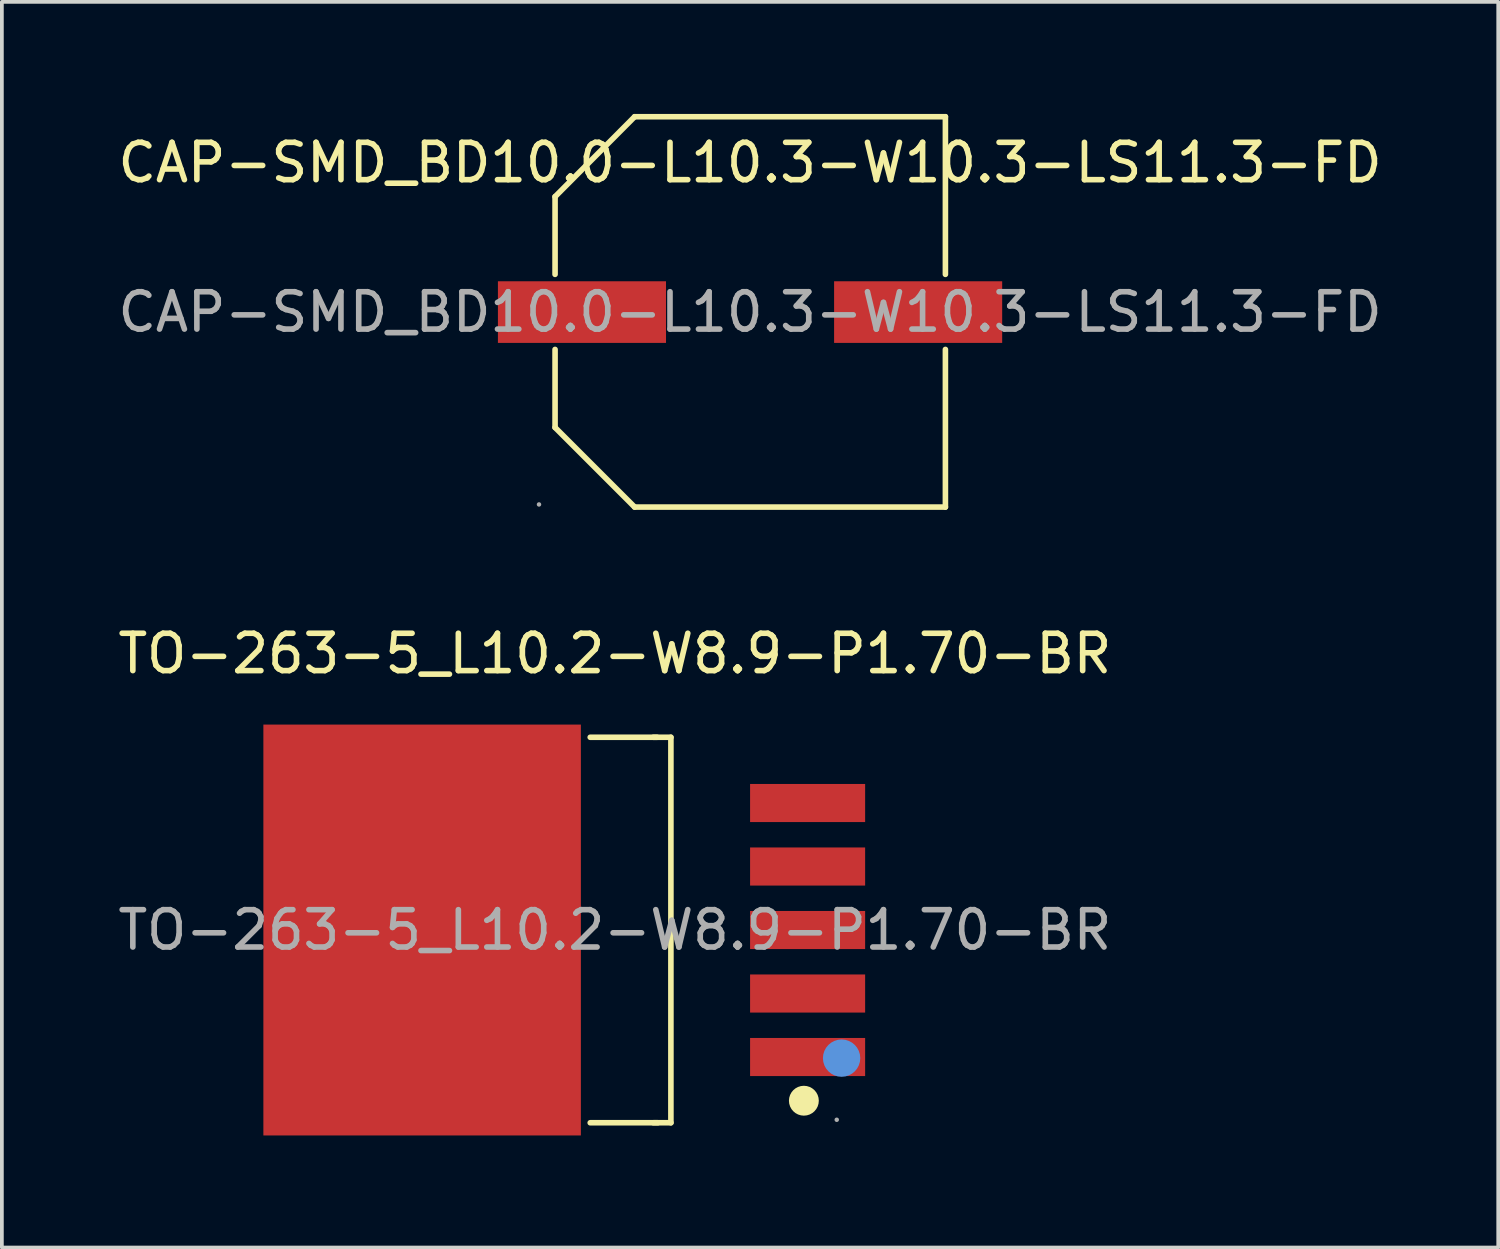
<source format=kicad_pcb>
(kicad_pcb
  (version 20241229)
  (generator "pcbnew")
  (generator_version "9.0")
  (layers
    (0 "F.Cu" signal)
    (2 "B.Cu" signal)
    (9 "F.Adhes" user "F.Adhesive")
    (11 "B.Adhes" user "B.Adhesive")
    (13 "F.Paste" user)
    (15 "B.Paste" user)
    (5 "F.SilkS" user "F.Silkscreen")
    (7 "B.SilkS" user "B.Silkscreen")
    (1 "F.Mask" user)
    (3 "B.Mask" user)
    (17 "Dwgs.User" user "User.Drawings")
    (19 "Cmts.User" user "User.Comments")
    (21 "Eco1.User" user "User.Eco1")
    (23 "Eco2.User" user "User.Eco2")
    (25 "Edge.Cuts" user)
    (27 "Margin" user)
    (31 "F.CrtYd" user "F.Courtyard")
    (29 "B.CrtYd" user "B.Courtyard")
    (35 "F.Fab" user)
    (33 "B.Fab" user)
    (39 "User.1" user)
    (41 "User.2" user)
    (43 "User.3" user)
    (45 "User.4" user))
  (footprint "CAP-SMD_BD10.0-L10.3-W10.3-LS11.3-FD"
    (layer "F.Cu")
    (at 17.03 5.305)
    (property "Reference" "CAP-SMD_BD10.0-L10.3-W10.3-LS11.3-FD" (at 0 -4 0) (layer "F.SilkS") (effects (font (size 1 1) (thickness 0.15))))
    (attr smd)
    (fp_line (start -5.22 -3.09) (end -5.22 -1.01) (stroke (width 0.15) (type solid)) (layer "F.SilkS"))
    (fp_line (start -5.22 1) (end -5.22 3.09) (stroke (width 0.15) (type solid)) (layer "F.SilkS"))
    (fp_line (start -3.09 -5.23) (end -5.22 -3.09) (stroke (width 0.15) (type solid)) (layer "F.SilkS"))
    (fp_line (start -3.09 5.22) (end -5.22 3.09) (stroke (width 0.15) (type solid)) (layer "F.SilkS"))
    (fp_line (start 5.23 -5.23) (end -3.09 -5.23) (stroke (width 0.15) (type solid)) (layer "F.SilkS"))
    (fp_line (start 5.23 -1.01) (end 5.23 -5.23) (stroke (width 0.15) (type solid)) (layer "F.SilkS"))
    (fp_line (start 5.23 5.22) (end -3.09 5.22) (stroke (width 0.15) (type solid)) (layer "F.SilkS"))
    (fp_line (start 5.23 5.22) (end 5.23 1) (stroke (width 0.15) (type solid)) (layer "F.SilkS"))
    (fp_circle (center -5.65 5.15) (end -5.62 5.15) (stroke (width 0.06) (type solid)) (fill no) (layer "F.Fab"))
    (fp_text user "${REFERENCE}" (at 0 0 0) (layer "F.Fab") (effects (font (size 1 1) (thickness 0.15))))
    (pad "1" smd rect (at -4.5 0) (size 4.5 1.65) (layers "F.Cu" "F.Mask" "F.Paste"))
    (pad "2" smd rect (at 4.5 0) (size 4.5 1.65) (layers "F.Cu" "F.Mask" "F.Paste")))
  (footprint "TO-263-5_L10.2-W8.9-P1.70-BR"
    (layer "F.Cu")
    (at 13.411 21.848)
    (property "Reference" "TO-263-5_L10.2-W8.9-P1.70-BR" (at 0 -7.4 0) (layer "F.SilkS") (effects (font (size 1 1) (thickness 0.15))))
    (attr smd)
    (fp_line (start 1.03 -5.16) (end 1.5 -5.16) (stroke (width 0.15) (type solid)) (layer "F.SilkS"))
    (fp_line (start 1.03 5.16) (end 1.5 5.16) (stroke (width 0.15) (type solid)) (layer "F.SilkS"))
    (fp_line (start 1.13 -5.16) (end -0.66 -5.16) (stroke (width 0.15) (type solid)) (layer "F.SilkS"))
    (fp_line (start 1.15 5.16) (end -0.66 5.16) (stroke (width 0.15) (type solid)) (layer "F.SilkS"))
    (fp_line (start 1.5 5.16) (end 1.5 -5.16) (stroke (width 0.15) (type solid)) (layer "F.SilkS"))
    (fp_circle (center 5.06 4.57) (end 5.26 4.57) (stroke (width 0.4) (type solid)) (fill no) (layer "F.SilkS"))
    (fp_circle (center 6.07 3.43) (end 6.32 3.43) (stroke (width 0.5) (type solid)) (fill no) (layer "Cmts.User"))
    (fp_circle (center 5.94 5.08) (end 5.97 5.08) (stroke (width 0.06) (type solid)) (fill no) (layer "F.Fab"))
    (fp_text user "${REFERENCE}" (at 0 0 0) (layer "F.Fab") (effects (font (size 1 1) (thickness 0.15))))
    (pad "1" smd rect (at 5.16 3.4) (size 3.08 1.02) (layers "F.Cu" "F.Mask" "F.Paste"))
    (pad "2" smd rect (at 5.16 1.7) (size 3.08 1.02) (layers "F.Cu" "F.Mask" "F.Paste"))
    (pad "3" smd rect (at 5.16 0) (size 3.08 1.02) (layers "F.Cu" "F.Mask" "F.Paste"))
    (pad "4" smd rect (at 5.16 -1.7) (size 3.08 1.02) (layers "F.Cu" "F.Mask" "F.Paste"))
    (pad "5" smd rect (at 5.16 -3.4) (size 3.08 1.02) (layers "F.Cu" "F.Mask" "F.Paste"))
    (pad "6" smd rect (at -5.16 0) (size 8.5 11) (layers "F.Cu" "F.Mask" "F.Paste")))
  (gr_rect
    (start -3 -3)
    (end 37.06 30.348)
    (stroke (width 0.1) (type default))
    (fill no)
    (layer "Edge.Cuts")))
</source>
